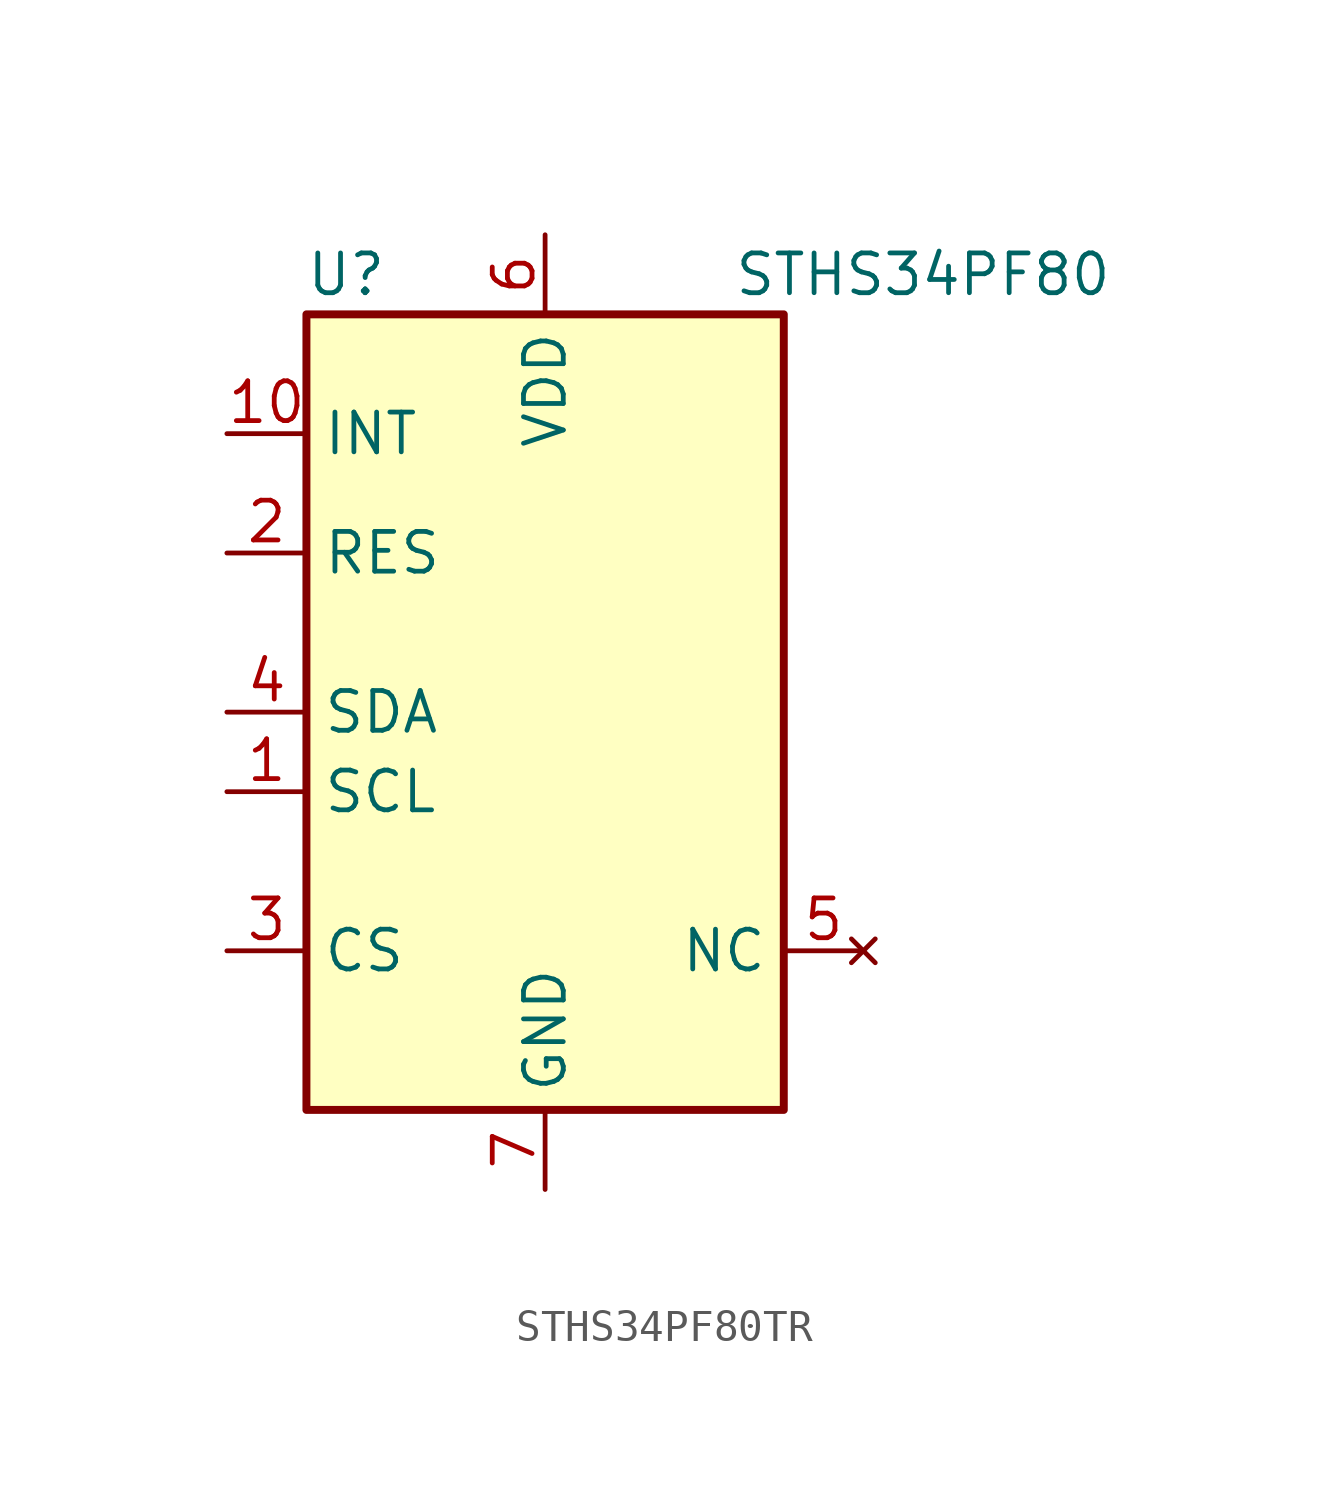
<source format=kicad_sym>
(kicad_symbol_lib
  (version 20241209)
  (generator "kicad_symbol_editor")
  (generator_version "9.0")
  (symbol "STHS34PF80TR"
    (property "Reference" "U"
      (at -6.35 13.97 0)
      (effects (font (size 1.27 1.27))))
    (property "Value" "STHS34PF80"
      (at 12.065 13.97 0)
      (effects (font (size 1.27 1.27))))
    (symbol "STHS34PF80TR_0_1"
      (rectangle (start -7.62 12.7) (end 7.62 -12.7) (stroke (width 0.254) (type default)) (fill (type background))))
    (symbol "STHS34PF80TR_1_1"
      (pin input line (at -10.16 8.89 0) (length 2.54) (name "INT" (effects (font (size 1.27 1.27)))) (number "10" (effects (font (size 1.27 1.27)))))
      (pin open_collector line (at -10.16 5.08 0) (length 2.54) (name "RES" (effects (font (size 1.27 1.27)))) (number "2" (effects (font (size 1.27 1.27)))))
      (pin bidirectional line (at -10.16 0 0) (length 2.54) (name "SDA" (effects (font (size 1.27 1.27)))) (number "4" (effects (font (size 1.27 1.27)))))
      (pin input line (at -10.16 -2.54 0) (length 2.54) (name "SCL" (effects (font (size 1.27 1.27)))) (number "1" (effects (font (size 1.27 1.27)))))
      (pin input line (at -10.16 -7.62 0) (length 2.54) (name "CS" (effects (font (size 1.27 1.27)))) (number "3" (effects (font (size 1.27 1.27)))))
      (pin power_in line (at 0 15.24 270) (length 2.54) (name "VDD" (effects (font (size 1.27 1.27)))) (number "6" (effects (font (size 1.27 1.27)))))
      (pin power_in line (at 0 15.24 270) (length 2.54) (hide yes) (name "VDD" (effects (font (size 1.27 1.27)))) (number "9" (effects (font (size 1.27 1.27)))))
      (pin power_in line (at 0 -15.24 90) (length 2.54) (name "GND" (effects (font (size 1.27 1.27)))) (number "7" (effects (font (size 1.27 1.27)))))
      (pin passive line (at 0 -15.24 90) (length 2.54) (hide yes) (name "GND" (effects (font (size 1.27 1.27)))) (number "8" (effects (font (size 1.27 1.27)))))
      (pin no_connect line (at 10.16 -7.62 180) (length 2.54) (name "NC" (effects (font (size 1.27 1.27)))) (number "5" (effects (font (size 1.27 1.27))))))))
</source>
